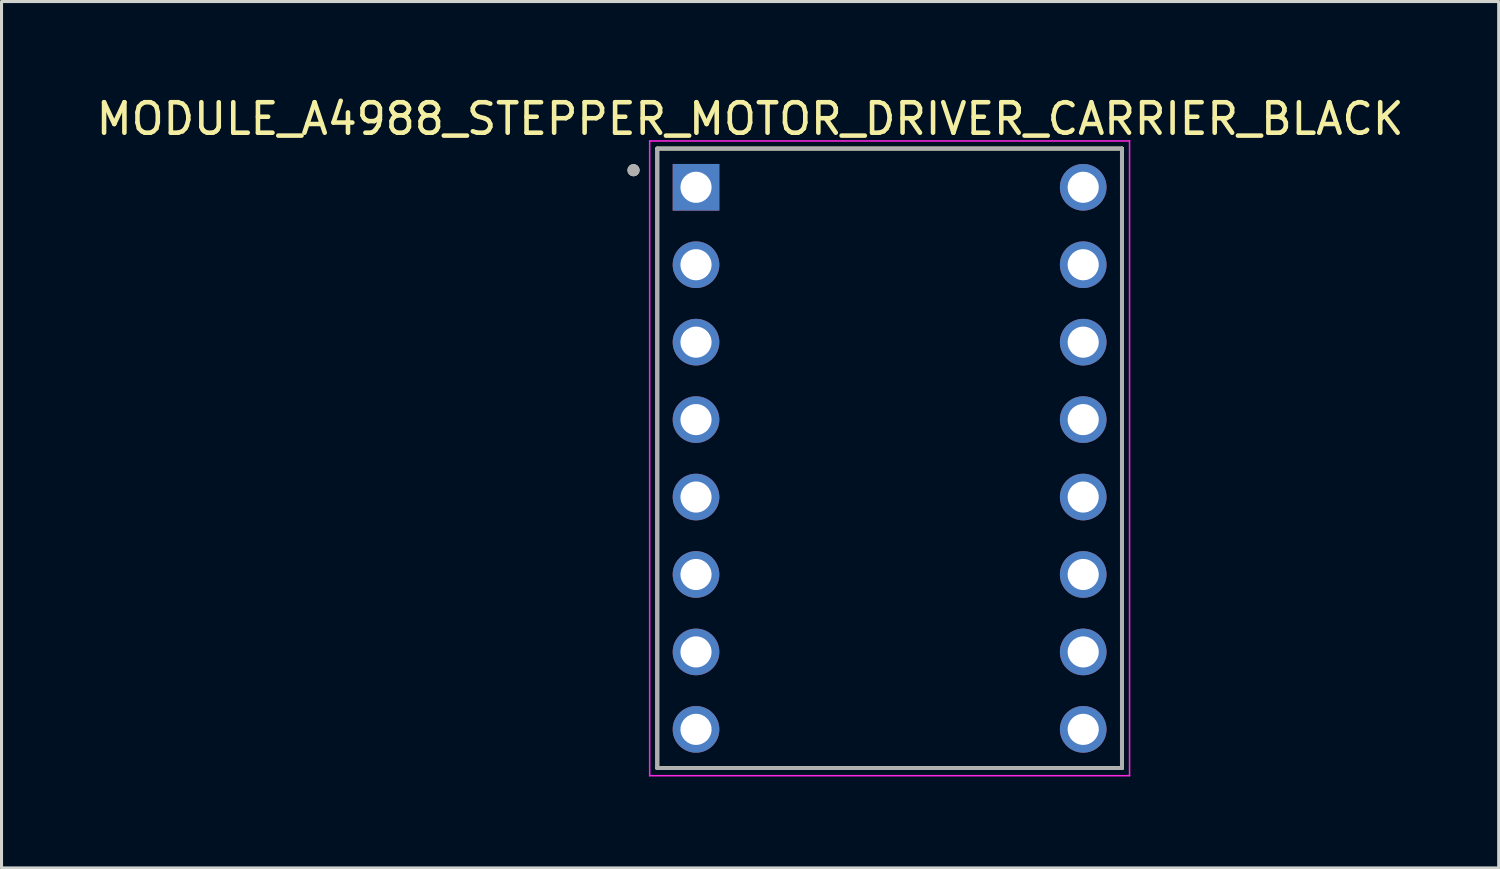
<source format=kicad_pcb>
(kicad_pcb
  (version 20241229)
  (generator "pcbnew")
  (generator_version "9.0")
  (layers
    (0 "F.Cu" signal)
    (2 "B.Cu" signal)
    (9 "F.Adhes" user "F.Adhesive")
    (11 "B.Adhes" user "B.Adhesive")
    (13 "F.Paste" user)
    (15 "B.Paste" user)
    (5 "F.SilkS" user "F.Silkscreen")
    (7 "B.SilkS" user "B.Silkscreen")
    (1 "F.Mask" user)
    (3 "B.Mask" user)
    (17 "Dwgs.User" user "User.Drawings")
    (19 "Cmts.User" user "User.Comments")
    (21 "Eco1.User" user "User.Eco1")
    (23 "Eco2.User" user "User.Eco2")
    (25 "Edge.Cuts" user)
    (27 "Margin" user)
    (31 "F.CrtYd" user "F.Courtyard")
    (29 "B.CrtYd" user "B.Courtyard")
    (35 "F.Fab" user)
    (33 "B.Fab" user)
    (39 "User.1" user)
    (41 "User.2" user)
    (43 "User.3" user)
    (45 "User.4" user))
  (footprint "MODULE_A4988_STEPPER_MOTOR_DRIVER_CARRIER_BLACK"
    (layer "F.Cu")
    (at 26.129 11.983)
    (property "Reference" "MODULE_A4988_STEPPER_MOTOR_DRIVER_CARRIER_BLACK" (at -4.575 -11.135 0) (layer "F.SilkS") (effects (font (size 1 1) (thickness 0.15))))
    (attr through_hole)
    (fp_line (start -7.62 -10.16) (end 7.62 -10.16) (stroke (width 0.127) (type solid)) (layer "F.SilkS"))
    (fp_line (start -7.62 10.16) (end -7.62 -10.16) (stroke (width 0.127) (type solid)) (layer "F.SilkS"))
    (fp_line (start 7.62 -10.16) (end 7.62 10.16) (stroke (width 0.127) (type solid)) (layer "F.SilkS"))
    (fp_line (start 7.62 10.16) (end -7.62 10.16) (stroke (width 0.127) (type solid)) (layer "F.SilkS"))
    (fp_circle (center -8.4 -9.45) (end -8.3 -9.45) (stroke (width 0.2) (type solid)) (fill no) (layer "F.SilkS"))
    (fp_line (start -7.87 -10.41) (end -7.87 10.41) (stroke (width 0.05) (type solid)) (layer "F.CrtYd"))
    (fp_line (start -7.87 10.41) (end 7.87 10.41) (stroke (width 0.05) (type solid)) (layer "F.CrtYd"))
    (fp_line (start 7.87 -10.41) (end -7.87 -10.41) (stroke (width 0.05) (type solid)) (layer "F.CrtYd"))
    (fp_line (start 7.87 10.41) (end 7.87 -10.41) (stroke (width 0.05) (type solid)) (layer "F.CrtYd"))
    (fp_line (start -7.62 -10.16) (end 7.62 -10.16) (stroke (width 0.127) (type solid)) (layer "F.Fab"))
    (fp_line (start -7.62 10.16) (end -7.62 -10.16) (stroke (width 0.127) (type solid)) (layer "F.Fab"))
    (fp_line (start 7.62 -10.16) (end 7.62 10.16) (stroke (width 0.127) (type solid)) (layer "F.Fab"))
    (fp_line (start 7.62 10.16) (end -7.62 10.16) (stroke (width 0.127) (type solid)) (layer "F.Fab"))
    (fp_circle (center -8.4 -9.45) (end -8.3 -9.45) (stroke (width 0.2) (type solid)) (fill no) (layer "F.Fab"))
    (pad "1" thru_hole rect (at -6.35 -8.89) (size 1.53 1.53) (drill 1.02) (layers "*.Cu" "*.Mask"))
    (pad "2" thru_hole circle (at -6.35 -6.35) (size 1.53 1.53) (drill 1.02) (layers "*.Cu" "*.Mask"))
    (pad "3" thru_hole circle (at -6.35 -3.81) (size 1.53 1.53) (drill 1.02) (layers "*.Cu" "*.Mask"))
    (pad "4" thru_hole circle (at -6.35 -1.27) (size 1.53 1.53) (drill 1.02) (layers "*.Cu" "*.Mask"))
    (pad "5" thru_hole circle (at -6.35 1.27) (size 1.53 1.53) (drill 1.02) (layers "*.Cu" "*.Mask"))
    (pad "6" thru_hole circle (at -6.35 3.81) (size 1.53 1.53) (drill 1.02) (layers "*.Cu" "*.Mask"))
    (pad "7" thru_hole circle (at -6.35 6.35) (size 1.53 1.53) (drill 1.02) (layers "*.Cu" "*.Mask"))
    (pad "8" thru_hole circle (at -6.35 8.89) (size 1.53 1.53) (drill 1.02) (layers "*.Cu" "*.Mask"))
    (pad "9" thru_hole circle (at 6.35 8.89) (size 1.53 1.53) (drill 1.02) (layers "*.Cu" "*.Mask"))
    (pad "10" thru_hole circle (at 6.35 6.35) (size 1.53 1.53) (drill 1.02) (layers "*.Cu" "*.Mask"))
    (pad "11" thru_hole circle (at 6.35 3.81) (size 1.53 1.53) (drill 1.02) (layers "*.Cu" "*.Mask"))
    (pad "12" thru_hole circle (at 6.35 1.27) (size 1.53 1.53) (drill 1.02) (layers "*.Cu" "*.Mask"))
    (pad "13" thru_hole circle (at 6.35 -1.27) (size 1.53 1.53) (drill 1.02) (layers "*.Cu" "*.Mask"))
    (pad "14" thru_hole circle (at 6.35 -3.81) (size 1.53 1.53) (drill 1.02) (layers "*.Cu" "*.Mask"))
    (pad "15" thru_hole circle (at 6.35 -6.35) (size 1.53 1.53) (drill 1.02) (layers "*.Cu" "*.Mask"))
    (pad "16" thru_hole circle (at 6.35 -8.89) (size 1.53 1.53) (drill 1.02) (layers "*.Cu" "*.Mask")))
  (gr_rect
    (start -3 -3)
    (end 46.107 25.418)
    (stroke (width 0.1) (type default))
    (fill no)
    (layer "Edge.Cuts")))
</source>
